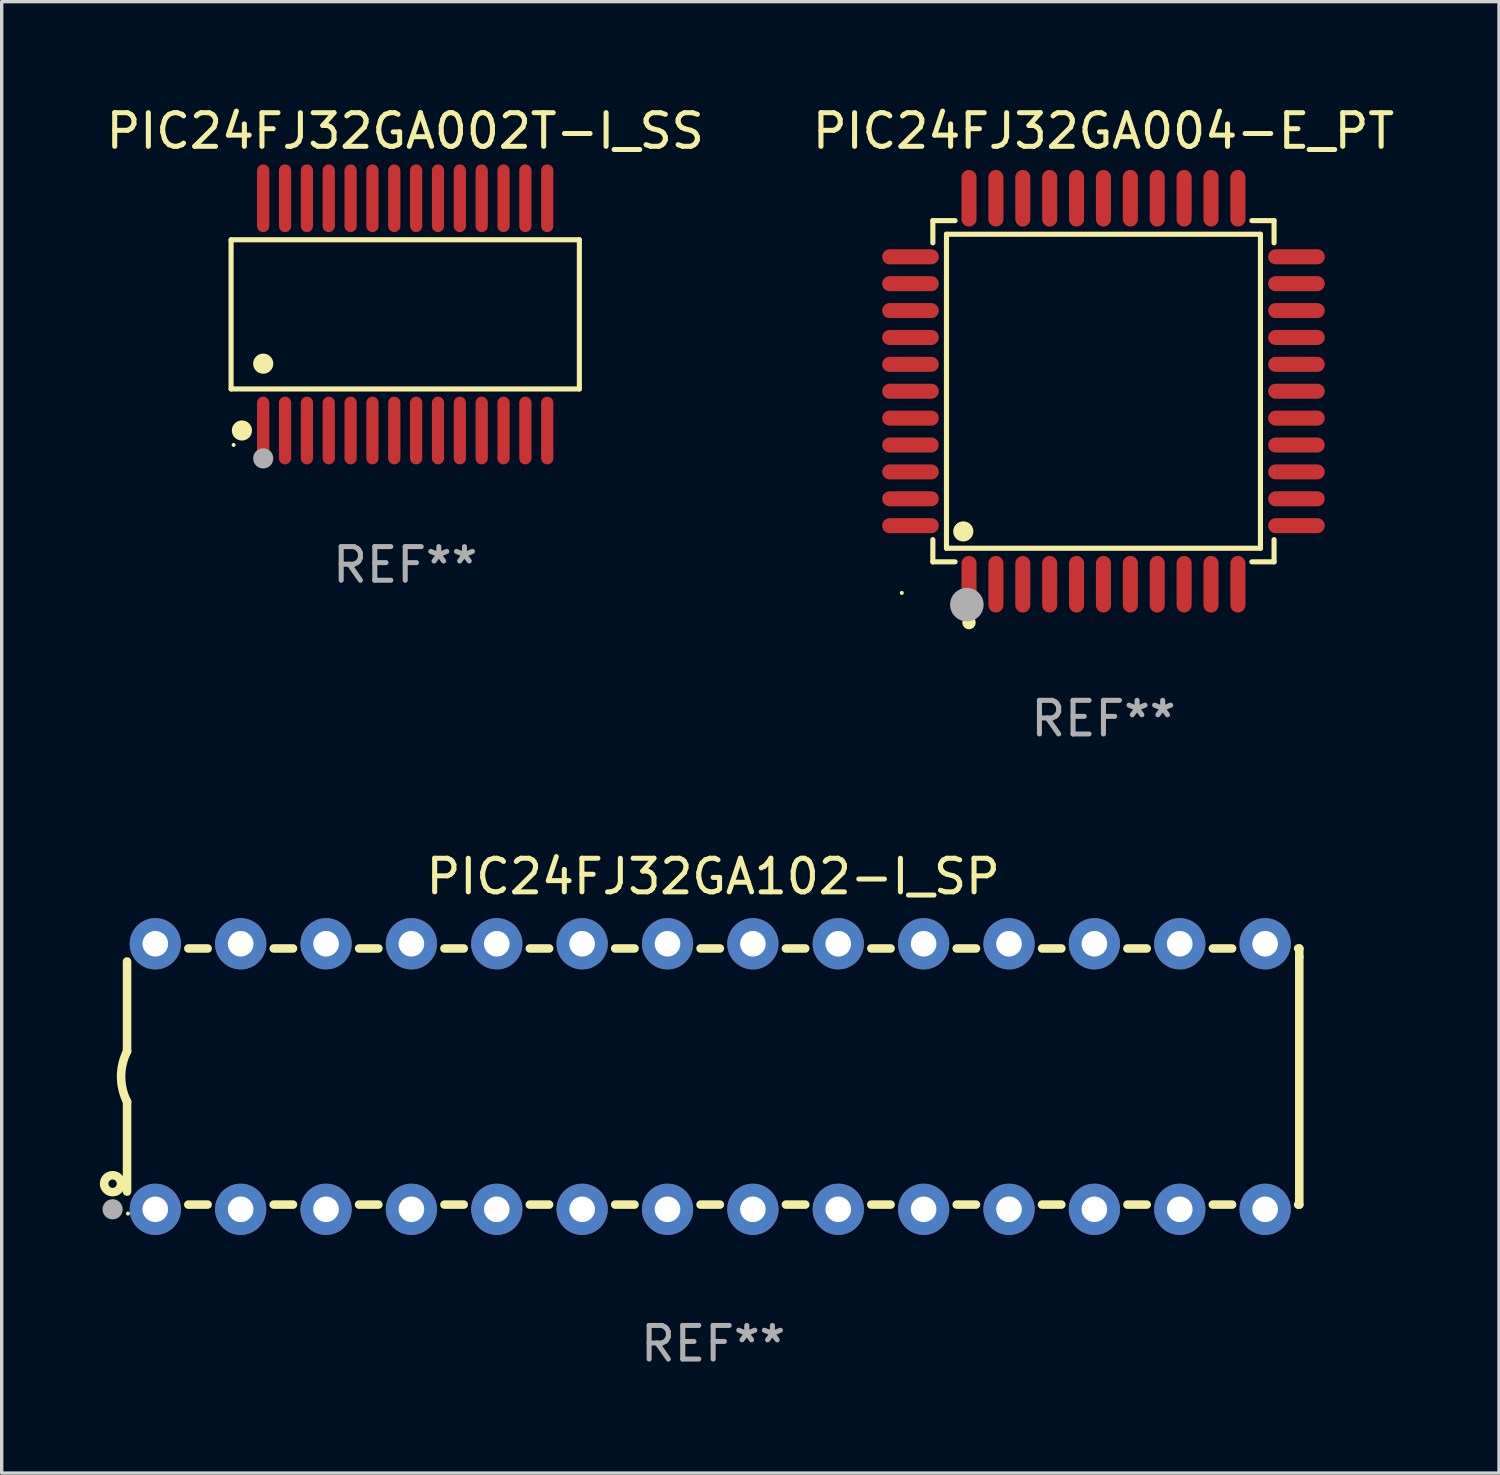
<source format=kicad_pcb>
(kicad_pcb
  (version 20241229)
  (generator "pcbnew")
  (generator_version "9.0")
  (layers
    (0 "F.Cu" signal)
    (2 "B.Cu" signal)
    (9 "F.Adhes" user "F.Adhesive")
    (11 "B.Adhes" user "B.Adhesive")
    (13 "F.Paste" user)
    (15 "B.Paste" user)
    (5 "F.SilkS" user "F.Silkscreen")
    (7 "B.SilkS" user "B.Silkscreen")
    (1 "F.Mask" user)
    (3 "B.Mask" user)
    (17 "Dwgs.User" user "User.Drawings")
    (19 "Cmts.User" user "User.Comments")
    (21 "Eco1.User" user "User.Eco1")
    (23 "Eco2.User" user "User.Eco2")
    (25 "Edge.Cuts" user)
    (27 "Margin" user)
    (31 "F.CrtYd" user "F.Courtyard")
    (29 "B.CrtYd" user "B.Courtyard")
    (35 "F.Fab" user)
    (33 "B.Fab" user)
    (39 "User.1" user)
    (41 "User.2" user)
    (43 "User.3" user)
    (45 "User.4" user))
  (footprint "PIC24FJ32GA004-E_PT"
    (layer "F.Cu")
    (at 29.78 8.59)
    (property "Reference" "PIC24FJ32GA004-E_PT" (at 0 -7.742 0) (layer "F.SilkS") (effects (font (size 1 1) (thickness 0.15))))
    (attr through_hole)
    (fp_line (start -5.076 -5.076) (end -4.415 -5.076) (stroke (width 0.152) (type solid)) (layer "F.SilkS"))
    (fp_line (start -5.076 -4.415) (end -5.076 -5.076) (stroke (width 0.152) (type solid)) (layer "F.SilkS"))
    (fp_line (start -5.076 4.415) (end -5.076 5.076) (stroke (width 0.152) (type solid)) (layer "F.SilkS"))
    (fp_line (start -5.076 5.076) (end -4.415 5.076) (stroke (width 0.152) (type solid)) (layer "F.SilkS"))
    (fp_line (start -4.671 -4.671) (end 4.671 -4.671) (stroke (width 0.152) (type solid)) (layer "F.SilkS"))
    (fp_line (start -4.671 4.671) (end -4.671 -4.671) (stroke (width 0.152) (type solid)) (layer "F.SilkS"))
    (fp_line (start 4.671 -4.671) (end 4.671 4.671) (stroke (width 0.152) (type solid)) (layer "F.SilkS"))
    (fp_line (start 4.671 4.671) (end -4.671 4.671) (stroke (width 0.152) (type solid)) (layer "F.SilkS"))
    (fp_line (start 5.076 -5.076) (end 4.415 -5.076) (stroke (width 0.152) (type solid)) (layer "F.SilkS"))
    (fp_line (start 5.076 -4.415) (end 5.076 -5.076) (stroke (width 0.152) (type solid)) (layer "F.SilkS"))
    (fp_line (start 5.076 4.415) (end 5.076 5.076) (stroke (width 0.152) (type solid)) (layer "F.SilkS"))
    (fp_line (start 5.076 5.076) (end 4.415 5.076) (stroke (width 0.152) (type solid)) (layer "F.SilkS"))
    (fp_circle (center -6 6) (end -5.97 6) (stroke (width 0.06) (type solid)) (fill no) (layer "F.SilkS"))
    (fp_circle (center -4.171 4.171) (end -4.021 4.171) (stroke (width 0.3) (type solid)) (fill no) (layer "F.SilkS"))
    (fp_circle (center -4 6.884) (end -3.9 6.884) (stroke (width 0.2) (type solid)) (fill no) (layer "F.SilkS"))
    (fp_circle (center -4.064 6.35) (end -3.814 6.35) (stroke (width 0.5) (type solid)) (fill no) (layer "F.Fab"))
    (fp_text user "REF**" (at 0 9.742 0) (layer "F.Fab") (effects (font (size 1 1) (thickness 0.15))))
    (pad "1" smd oval (at -4 5.742) (size 0.448 1.684) (layers "F.Cu" "F.Mask" "F.Paste"))
    (pad "2" smd oval (at -3.2 5.742) (size 0.448 1.684) (layers "F.Cu" "F.Mask" "F.Paste"))
    (pad "3" smd oval (at -2.4 5.742) (size 0.448 1.684) (layers "F.Cu" "F.Mask" "F.Paste"))
    (pad "4" smd oval (at -1.6 5.742) (size 0.448 1.684) (layers "F.Cu" "F.Mask" "F.Paste"))
    (pad "5" smd oval (at -0.8 5.742) (size 0.448 1.684) (layers "F.Cu" "F.Mask" "F.Paste"))
    (pad "6" smd oval (at 0 5.742) (size 0.448 1.684) (layers "F.Cu" "F.Mask" "F.Paste"))
    (pad "7" smd oval (at 0.8 5.742) (size 0.448 1.684) (layers "F.Cu" "F.Mask" "F.Paste"))
    (pad "8" smd oval (at 1.6 5.742) (size 0.448 1.684) (layers "F.Cu" "F.Mask" "F.Paste"))
    (pad "9" smd oval (at 2.4 5.742) (size 0.448 1.684) (layers "F.Cu" "F.Mask" "F.Paste"))
    (pad "10" smd oval (at 3.2 5.742) (size 0.448 1.684) (layers "F.Cu" "F.Mask" "F.Paste"))
    (pad "11" smd oval (at 4 5.742) (size 0.448 1.684) (layers "F.Cu" "F.Mask" "F.Paste"))
    (pad "12" smd oval (at 5.742 4) (size 1.684 0.448) (layers "F.Cu" "F.Mask" "F.Paste"))
    (pad "13" smd oval (at 5.742 3.2) (size 1.684 0.448) (layers "F.Cu" "F.Mask" "F.Paste"))
    (pad "14" smd oval (at 5.742 2.4) (size 1.684 0.448) (layers "F.Cu" "F.Mask" "F.Paste"))
    (pad "15" smd oval (at 5.742 1.6) (size 1.684 0.448) (layers "F.Cu" "F.Mask" "F.Paste"))
    (pad "16" smd oval (at 5.742 0.8) (size 1.684 0.448) (layers "F.Cu" "F.Mask" "F.Paste"))
    (pad "17" smd oval (at 5.742 0) (size 1.684 0.448) (layers "F.Cu" "F.Mask" "F.Paste"))
    (pad "18" smd oval (at 5.742 -0.8) (size 1.684 0.448) (layers "F.Cu" "F.Mask" "F.Paste"))
    (pad "19" smd oval (at 5.742 -1.6) (size 1.684 0.448) (layers "F.Cu" "F.Mask" "F.Paste"))
    (pad "20" smd oval (at 5.742 -2.4) (size 1.684 0.448) (layers "F.Cu" "F.Mask" "F.Paste"))
    (pad "21" smd oval (at 5.742 -3.2) (size 1.684 0.448) (layers "F.Cu" "F.Mask" "F.Paste"))
    (pad "22" smd oval (at 5.742 -4) (size 1.684 0.448) (layers "F.Cu" "F.Mask" "F.Paste"))
    (pad "23" smd oval (at 4 -5.742) (size 0.448 1.684) (layers "F.Cu" "F.Mask" "F.Paste"))
    (pad "24" smd oval (at 3.2 -5.742) (size 0.448 1.684) (layers "F.Cu" "F.Mask" "F.Paste"))
    (pad "25" smd oval (at 2.4 -5.742) (size 0.448 1.684) (layers "F.Cu" "F.Mask" "F.Paste"))
    (pad "26" smd oval (at 1.6 -5.742) (size 0.448 1.684) (layers "F.Cu" "F.Mask" "F.Paste"))
    (pad "27" smd oval (at 0.8 -5.742) (size 0.448 1.684) (layers "F.Cu" "F.Mask" "F.Paste"))
    (pad "28" smd oval (at 0 -5.742) (size 0.448 1.684) (layers "F.Cu" "F.Mask" "F.Paste"))
    (pad "29" smd oval (at -0.8 -5.742) (size 0.448 1.684) (layers "F.Cu" "F.Mask" "F.Paste"))
    (pad "30" smd oval (at -1.6 -5.742) (size 0.448 1.684) (layers "F.Cu" "F.Mask" "F.Paste"))
    (pad "31" smd oval (at -2.4 -5.742) (size 0.448 1.684) (layers "F.Cu" "F.Mask" "F.Paste"))
    (pad "32" smd oval (at -3.2 -5.742) (size 0.448 1.684) (layers "F.Cu" "F.Mask" "F.Paste"))
    (pad "33" smd oval (at -4 -5.742) (size 0.448 1.684) (layers "F.Cu" "F.Mask" "F.Paste"))
    (pad "34" smd oval (at -5.742 -4) (size 1.684 0.448) (layers "F.Cu" "F.Mask" "F.Paste"))
    (pad "35" smd oval (at -5.742 -3.2) (size 1.684 0.448) (layers "F.Cu" "F.Mask" "F.Paste"))
    (pad "36" smd oval (at -5.742 -2.4) (size 1.684 0.448) (layers "F.Cu" "F.Mask" "F.Paste"))
    (pad "37" smd oval (at -5.742 -1.6) (size 1.684 0.448) (layers "F.Cu" "F.Mask" "F.Paste"))
    (pad "38" smd oval (at -5.742 -0.8) (size 1.684 0.448) (layers "F.Cu" "F.Mask" "F.Paste"))
    (pad "39" smd oval (at -5.742 0) (size 1.684 0.448) (layers "F.Cu" "F.Mask" "F.Paste"))
    (pad "40" smd oval (at -5.742 0.8) (size 1.684 0.448) (layers "F.Cu" "F.Mask" "F.Paste"))
    (pad "41" smd oval (at -5.742 1.6) (size 1.684 0.448) (layers "F.Cu" "F.Mask" "F.Paste"))
    (pad "42" smd oval (at -5.742 2.4) (size 1.684 0.448) (layers "F.Cu" "F.Mask" "F.Paste"))
    (pad "43" smd oval (at -5.742 3.2) (size 1.684 0.448) (layers "F.Cu" "F.Mask" "F.Paste"))
    (pad "44" smd oval (at -5.742 4) (size 1.684 0.448) (layers "F.Cu" "F.Mask" "F.Paste")))
  (footprint "PIC24FJ32GA002T-I_SS"
    (layer "F.Cu")
    (at 9.006 6.303)
    (property "Reference" "PIC24FJ32GA002T-I_SS" (at 0 -5.455 0) (layer "F.SilkS") (effects (font (size 1 1) (thickness 0.15))))
    (attr through_hole)
    (fp_line (start -5.181 -2.219) (end 5.181 -2.219) (stroke (width 0.152) (type solid)) (layer "F.SilkS"))
    (fp_line (start -5.181 2.219) (end -5.181 -2.219) (stroke (width 0.152) (type solid)) (layer "F.SilkS"))
    (fp_line (start 5.181 -2.219) (end 5.181 2.219) (stroke (width 0.152) (type solid)) (layer "F.SilkS"))
    (fp_line (start 5.181 2.219) (end -5.181 2.219) (stroke (width 0.152) (type solid)) (layer "F.SilkS"))
    (fp_circle (center -5.105 3.885) (end -5.075 3.885) (stroke (width 0.06) (type solid)) (fill no) (layer "F.SilkS"))
    (fp_circle (center -4.859 3.455) (end -4.709 3.455) (stroke (width 0.3) (type solid)) (fill no) (layer "F.SilkS"))
    (fp_circle (center -4.225 1.467) (end -4.075 1.467) (stroke (width 0.3) (type solid)) (fill no) (layer "F.SilkS"))
    (fp_circle (center -4.225 4.285) (end -4.075 4.285) (stroke (width 0.3) (type solid)) (fill no) (layer "F.Fab"))
    (fp_text user "REF**" (at 0 7.455 0) (layer "F.Fab") (effects (font (size 1 1) (thickness 0.15))))
    (pad "1" smd oval (at -4.225 3.455) (size 0.364 2.015) (layers "F.Cu" "F.Mask" "F.Paste"))
    (pad "2" smd oval (at -3.575 3.455) (size 0.364 2.015) (layers "F.Cu" "F.Mask" "F.Paste"))
    (pad "3" smd oval (at -2.925 3.455) (size 0.364 2.015) (layers "F.Cu" "F.Mask" "F.Paste"))
    (pad "4" smd oval (at -2.275 3.455) (size 0.364 2.015) (layers "F.Cu" "F.Mask" "F.Paste"))
    (pad "5" smd oval (at -1.625 3.455) (size 0.364 2.015) (layers "F.Cu" "F.Mask" "F.Paste"))
    (pad "6" smd oval (at -0.975 3.455) (size 0.364 2.015) (layers "F.Cu" "F.Mask" "F.Paste"))
    (pad "7" smd oval (at -0.325 3.455) (size 0.364 2.015) (layers "F.Cu" "F.Mask" "F.Paste"))
    (pad "8" smd oval (at 0.325 3.455) (size 0.364 2.015) (layers "F.Cu" "F.Mask" "F.Paste"))
    (pad "9" smd oval (at 0.975 3.455) (size 0.364 2.015) (layers "F.Cu" "F.Mask" "F.Paste"))
    (pad "10" smd oval (at 1.625 3.455) (size 0.364 2.015) (layers "F.Cu" "F.Mask" "F.Paste"))
    (pad "11" smd oval (at 2.275 3.455) (size 0.364 2.015) (layers "F.Cu" "F.Mask" "F.Paste"))
    (pad "12" smd oval (at 2.925 3.455) (size 0.364 2.015) (layers "F.Cu" "F.Mask" "F.Paste"))
    (pad "13" smd oval (at 3.575 3.455) (size 0.364 2.015) (layers "F.Cu" "F.Mask" "F.Paste"))
    (pad "14" smd oval (at 4.225 3.455) (size 0.364 2.015) (layers "F.Cu" "F.Mask" "F.Paste"))
    (pad "15" smd oval (at 4.225 -3.455) (size 0.364 2.015) (layers "F.Cu" "F.Mask" "F.Paste"))
    (pad "16" smd oval (at 3.575 -3.455) (size 0.364 2.015) (layers "F.Cu" "F.Mask" "F.Paste"))
    (pad "17" smd oval (at 2.925 -3.455) (size 0.364 2.015) (layers "F.Cu" "F.Mask" "F.Paste"))
    (pad "18" smd oval (at 2.275 -3.455) (size 0.364 2.015) (layers "F.Cu" "F.Mask" "F.Paste"))
    (pad "19" smd oval (at 1.625 -3.455) (size 0.364 2.015) (layers "F.Cu" "F.Mask" "F.Paste"))
    (pad "20" smd oval (at 0.975 -3.455) (size 0.364 2.015) (layers "F.Cu" "F.Mask" "F.Paste"))
    (pad "21" smd oval (at 0.325 -3.455) (size 0.364 2.015) (layers "F.Cu" "F.Mask" "F.Paste"))
    (pad "22" smd oval (at -0.325 -3.455) (size 0.364 2.015) (layers "F.Cu" "F.Mask" "F.Paste"))
    (pad "23" smd oval (at -0.975 -3.455) (size 0.364 2.015) (layers "F.Cu" "F.Mask" "F.Paste"))
    (pad "24" smd oval (at -1.625 -3.455) (size 0.364 2.015) (layers "F.Cu" "F.Mask" "F.Paste"))
    (pad "25" smd oval (at -2.275 -3.455) (size 0.364 2.015) (layers "F.Cu" "F.Mask" "F.Paste"))
    (pad "26" smd oval (at -2.925 -3.455) (size 0.364 2.015) (layers "F.Cu" "F.Mask" "F.Paste"))
    (pad "27" smd oval (at -3.575 -3.455) (size 0.364 2.015) (layers "F.Cu" "F.Mask" "F.Paste"))
    (pad "28" smd oval (at -4.225 -3.455) (size 0.364 2.015) (layers "F.Cu" "F.Mask" "F.Paste")))
  (footprint "PIC24FJ32GA102-I_SP"
    (layer "F.Cu")
    (at 18.168 28.979)
    (property "Reference" "PIC24FJ32GA102-I_SP" (at 0 -5.95 0) (layer "F.SilkS") (effects (font (size 1 1) (thickness 0.15))))
    (attr through_hole)
    (fp_line (start -17.438 0.75) (end -17.438 3.423) (stroke (width 0.254) (type solid)) (layer "F.SilkS"))
    (fp_line (start -17.438 -3.423) (end -17.438 -0.75) (stroke (width 0.254) (type solid)) (layer "F.SilkS"))
    (fp_line (start -15.615 3.81) (end -15.041 3.81) (stroke (width 0.254) (type solid)) (layer "F.SilkS"))
    (fp_line (start -15.041 -3.81) (end -15.614 -3.81) (stroke (width 0.254) (type solid)) (layer "F.SilkS"))
    (fp_line (start -13.075 3.81) (end -12.501 3.81) (stroke (width 0.254) (type solid)) (layer "F.SilkS"))
    (fp_line (start -12.501 -3.81) (end -13.074 -3.81) (stroke (width 0.254) (type solid)) (layer "F.SilkS"))
    (fp_line (start -10.535 3.81) (end -9.961 3.81) (stroke (width 0.254) (type solid)) (layer "F.SilkS"))
    (fp_line (start -9.961 -3.81) (end -10.534 -3.81) (stroke (width 0.254) (type solid)) (layer "F.SilkS"))
    (fp_line (start -7.995 3.81) (end -7.421 3.81) (stroke (width 0.254) (type solid)) (layer "F.SilkS"))
    (fp_line (start -7.421 -3.81) (end -7.995 -3.81) (stroke (width 0.254) (type solid)) (layer "F.SilkS"))
    (fp_line (start -5.455 3.81) (end -4.881 3.81) (stroke (width 0.254) (type solid)) (layer "F.SilkS"))
    (fp_line (start -4.881 -3.81) (end -5.455 -3.81) (stroke (width 0.254) (type solid)) (layer "F.SilkS"))
    (fp_line (start -2.915 3.81) (end -2.341 3.81) (stroke (width 0.254) (type solid)) (layer "F.SilkS"))
    (fp_line (start -2.341 -3.81) (end -2.915 -3.81) (stroke (width 0.254) (type solid)) (layer "F.SilkS"))
    (fp_line (start -0.375 3.81) (end 0.199 3.81) (stroke (width 0.254) (type solid)) (layer "F.SilkS"))
    (fp_line (start 0.199 -3.81) (end -0.375 -3.81) (stroke (width 0.254) (type solid)) (layer "F.SilkS"))
    (fp_line (start 2.165 3.81) (end 2.739 3.81) (stroke (width 0.254) (type solid)) (layer "F.SilkS"))
    (fp_line (start 2.739 -3.81) (end 2.165 -3.81) (stroke (width 0.254) (type solid)) (layer "F.SilkS"))
    (fp_line (start 4.705 3.81) (end 5.279 3.81) (stroke (width 0.254) (type solid)) (layer "F.SilkS"))
    (fp_line (start 5.279 -3.81) (end 4.705 -3.81) (stroke (width 0.254) (type solid)) (layer "F.SilkS"))
    (fp_line (start 7.245 3.81) (end 7.819 3.81) (stroke (width 0.254) (type solid)) (layer "F.SilkS"))
    (fp_line (start 7.819 -3.81) (end 7.245 -3.81) (stroke (width 0.254) (type solid)) (layer "F.SilkS"))
    (fp_line (start 9.785 3.81) (end 10.359 3.81) (stroke (width 0.254) (type solid)) (layer "F.SilkS"))
    (fp_line (start 10.359 -3.81) (end 9.785 -3.81) (stroke (width 0.254) (type solid)) (layer "F.SilkS"))
    (fp_line (start 12.325 3.81) (end 12.899 3.81) (stroke (width 0.254) (type solid)) (layer "F.SilkS"))
    (fp_line (start 12.899 -3.81) (end 12.325 -3.81) (stroke (width 0.254) (type solid)) (layer "F.SilkS"))
    (fp_line (start 14.865 3.81) (end 15.439 3.81) (stroke (width 0.254) (type solid)) (layer "F.SilkS"))
    (fp_line (start 15.439 -3.81) (end 14.865 -3.81) (stroke (width 0.254) (type solid)) (layer "F.SilkS"))
    (fp_line (start 17.405 3.81) (end 17.438 3.81) (stroke (width 0.254) (type solid)) (layer "F.SilkS"))
    (fp_line (start 17.438 -3.81) (end 17.405 -3.81) (stroke (width 0.254) (type solid)) (layer "F.SilkS"))
    (fp_line (start 17.438 -3.556) (end 17.438 -3.81) (stroke (width 0.254) (type solid)) (layer "F.SilkS"))
    (fp_line (start 17.438 3.81) (end 17.438 -3.556) (stroke (width 0.254) (type solid)) (layer "F.SilkS"))
    (fp_arc (start -17.437986 0.749657) (mid -17.614887 -0.000024) (end -17.437783 -0.749657) (stroke (width 0.254001) (type solid)) (layer "F.SilkS"))
    (fp_circle (center -17.868 3.188) (end -17.743 3.188) (stroke (width 0.254) (type solid)) (fill no) (layer "F.SilkS"))
    (fp_circle (center -17.411 4.077) (end -17.381 4.077) (stroke (width 0.06) (type solid)) (fill no) (layer "F.SilkS"))
    (fp_circle (center -17.868 3.95) (end -17.718 3.95) (stroke (width 0.3) (type solid)) (fill no) (layer "F.Fab"))
    (fp_text user "REF**" (at 0 7.95 0) (layer "F.Fab") (effects (font (size 1 1) (thickness 0.15))))
    (pad "1" thru_hole circle (at -16.598 3.95) (size 1.524 1.524) (drill 0.762) (layers "*.Cu" "*.Mask"))
    (pad "2" thru_hole circle (at -14.058 3.95) (size 1.524 1.524) (drill 0.762) (layers "*.Cu" "*.Mask"))
    (pad "3" thru_hole circle (at -11.518 3.95) (size 1.524 1.524) (drill 0.762) (layers "*.Cu" "*.Mask"))
    (pad "4" thru_hole circle (at -8.978 3.95) (size 1.524 1.524) (drill 0.762) (layers "*.Cu" "*.Mask"))
    (pad "5" thru_hole circle (at -6.438 3.95) (size 1.524 1.524) (drill 0.762) (layers "*.Cu" "*.Mask"))
    (pad "6" thru_hole circle (at -3.898 3.95) (size 1.524 1.524) (drill 0.762) (layers "*.Cu" "*.Mask"))
    (pad "7" thru_hole circle (at -1.358 3.95) (size 1.524 1.524) (drill 0.762) (layers "*.Cu" "*.Mask"))
    (pad "8" thru_hole circle (at 1.182 3.95) (size 1.524 1.524) (drill 0.762) (layers "*.Cu" "*.Mask"))
    (pad "9" thru_hole circle (at 3.722 3.95) (size 1.524 1.524) (drill 0.762) (layers "*.Cu" "*.Mask"))
    (pad "10" thru_hole circle (at 6.262 3.95) (size 1.524 1.524) (drill 0.762) (layers "*.Cu" "*.Mask"))
    (pad "11" thru_hole circle (at 8.802 3.95) (size 1.524 1.524) (drill 0.762) (layers "*.Cu" "*.Mask"))
    (pad "12" thru_hole circle (at 11.342 3.95) (size 1.524 1.524) (drill 0.762) (layers "*.Cu" "*.Mask"))
    (pad "13" thru_hole circle (at 13.882 3.95) (size 1.524 1.524) (drill 0.762) (layers "*.Cu" "*.Mask"))
    (pad "14" thru_hole circle (at 16.422 3.95) (size 1.524 1.524) (drill 0.762) (layers "*.Cu" "*.Mask"))
    (pad "15" thru_hole circle (at 16.422 -3.95) (size 1.524 1.524) (drill 0.762) (layers "*.Cu" "*.Mask"))
    (pad "16" thru_hole circle (at 13.882 -3.95) (size 1.524 1.524) (drill 0.762) (layers "*.Cu" "*.Mask"))
    (pad "17" thru_hole circle (at 11.342 -3.95) (size 1.524 1.524) (drill 0.762) (layers "*.Cu" "*.Mask"))
    (pad "18" thru_hole circle (at 8.802 -3.95) (size 1.524 1.524) (drill 0.762) (layers "*.Cu" "*.Mask"))
    (pad "19" thru_hole circle (at 6.262 -3.95) (size 1.524 1.524) (drill 0.762) (layers "*.Cu" "*.Mask"))
    (pad "20" thru_hole circle (at 3.722 -3.95) (size 1.524 1.524) (drill 0.762) (layers "*.Cu" "*.Mask"))
    (pad "21" thru_hole circle (at 1.182 -3.95) (size 1.524 1.524) (drill 0.762) (layers "*.Cu" "*.Mask"))
    (pad "22" thru_hole circle (at -1.358 -3.95) (size 1.524 1.524) (drill 0.762) (layers "*.Cu" "*.Mask"))
    (pad "23" thru_hole circle (at -3.898 -3.95) (size 1.524 1.524) (drill 0.762) (layers "*.Cu" "*.Mask"))
    (pad "24" thru_hole circle (at -6.438 -3.95) (size 1.524 1.524) (drill 0.762) (layers "*.Cu" "*.Mask"))
    (pad "25" thru_hole circle (at -8.978 -3.95) (size 1.524 1.524) (drill 0.762) (layers "*.Cu" "*.Mask"))
    (pad "26" thru_hole circle (at -11.517 -3.95) (size 1.524 1.524) (drill 0.762) (layers "*.Cu" "*.Mask"))
    (pad "27" thru_hole circle (at -14.057 -3.95) (size 1.524 1.524) (drill 0.762) (layers "*.Cu" "*.Mask"))
    (pad "28" thru_hole circle (at -16.597 -3.95) (size 1.524 1.524) (drill 0.762) (layers "*.Cu" "*.Mask")))
  (gr_rect
    (start -3 -3)
    (end 41.548 40.777)
    (stroke (width 0.1) (type default))
    (fill no)
    (layer "Edge.Cuts")))
</source>
